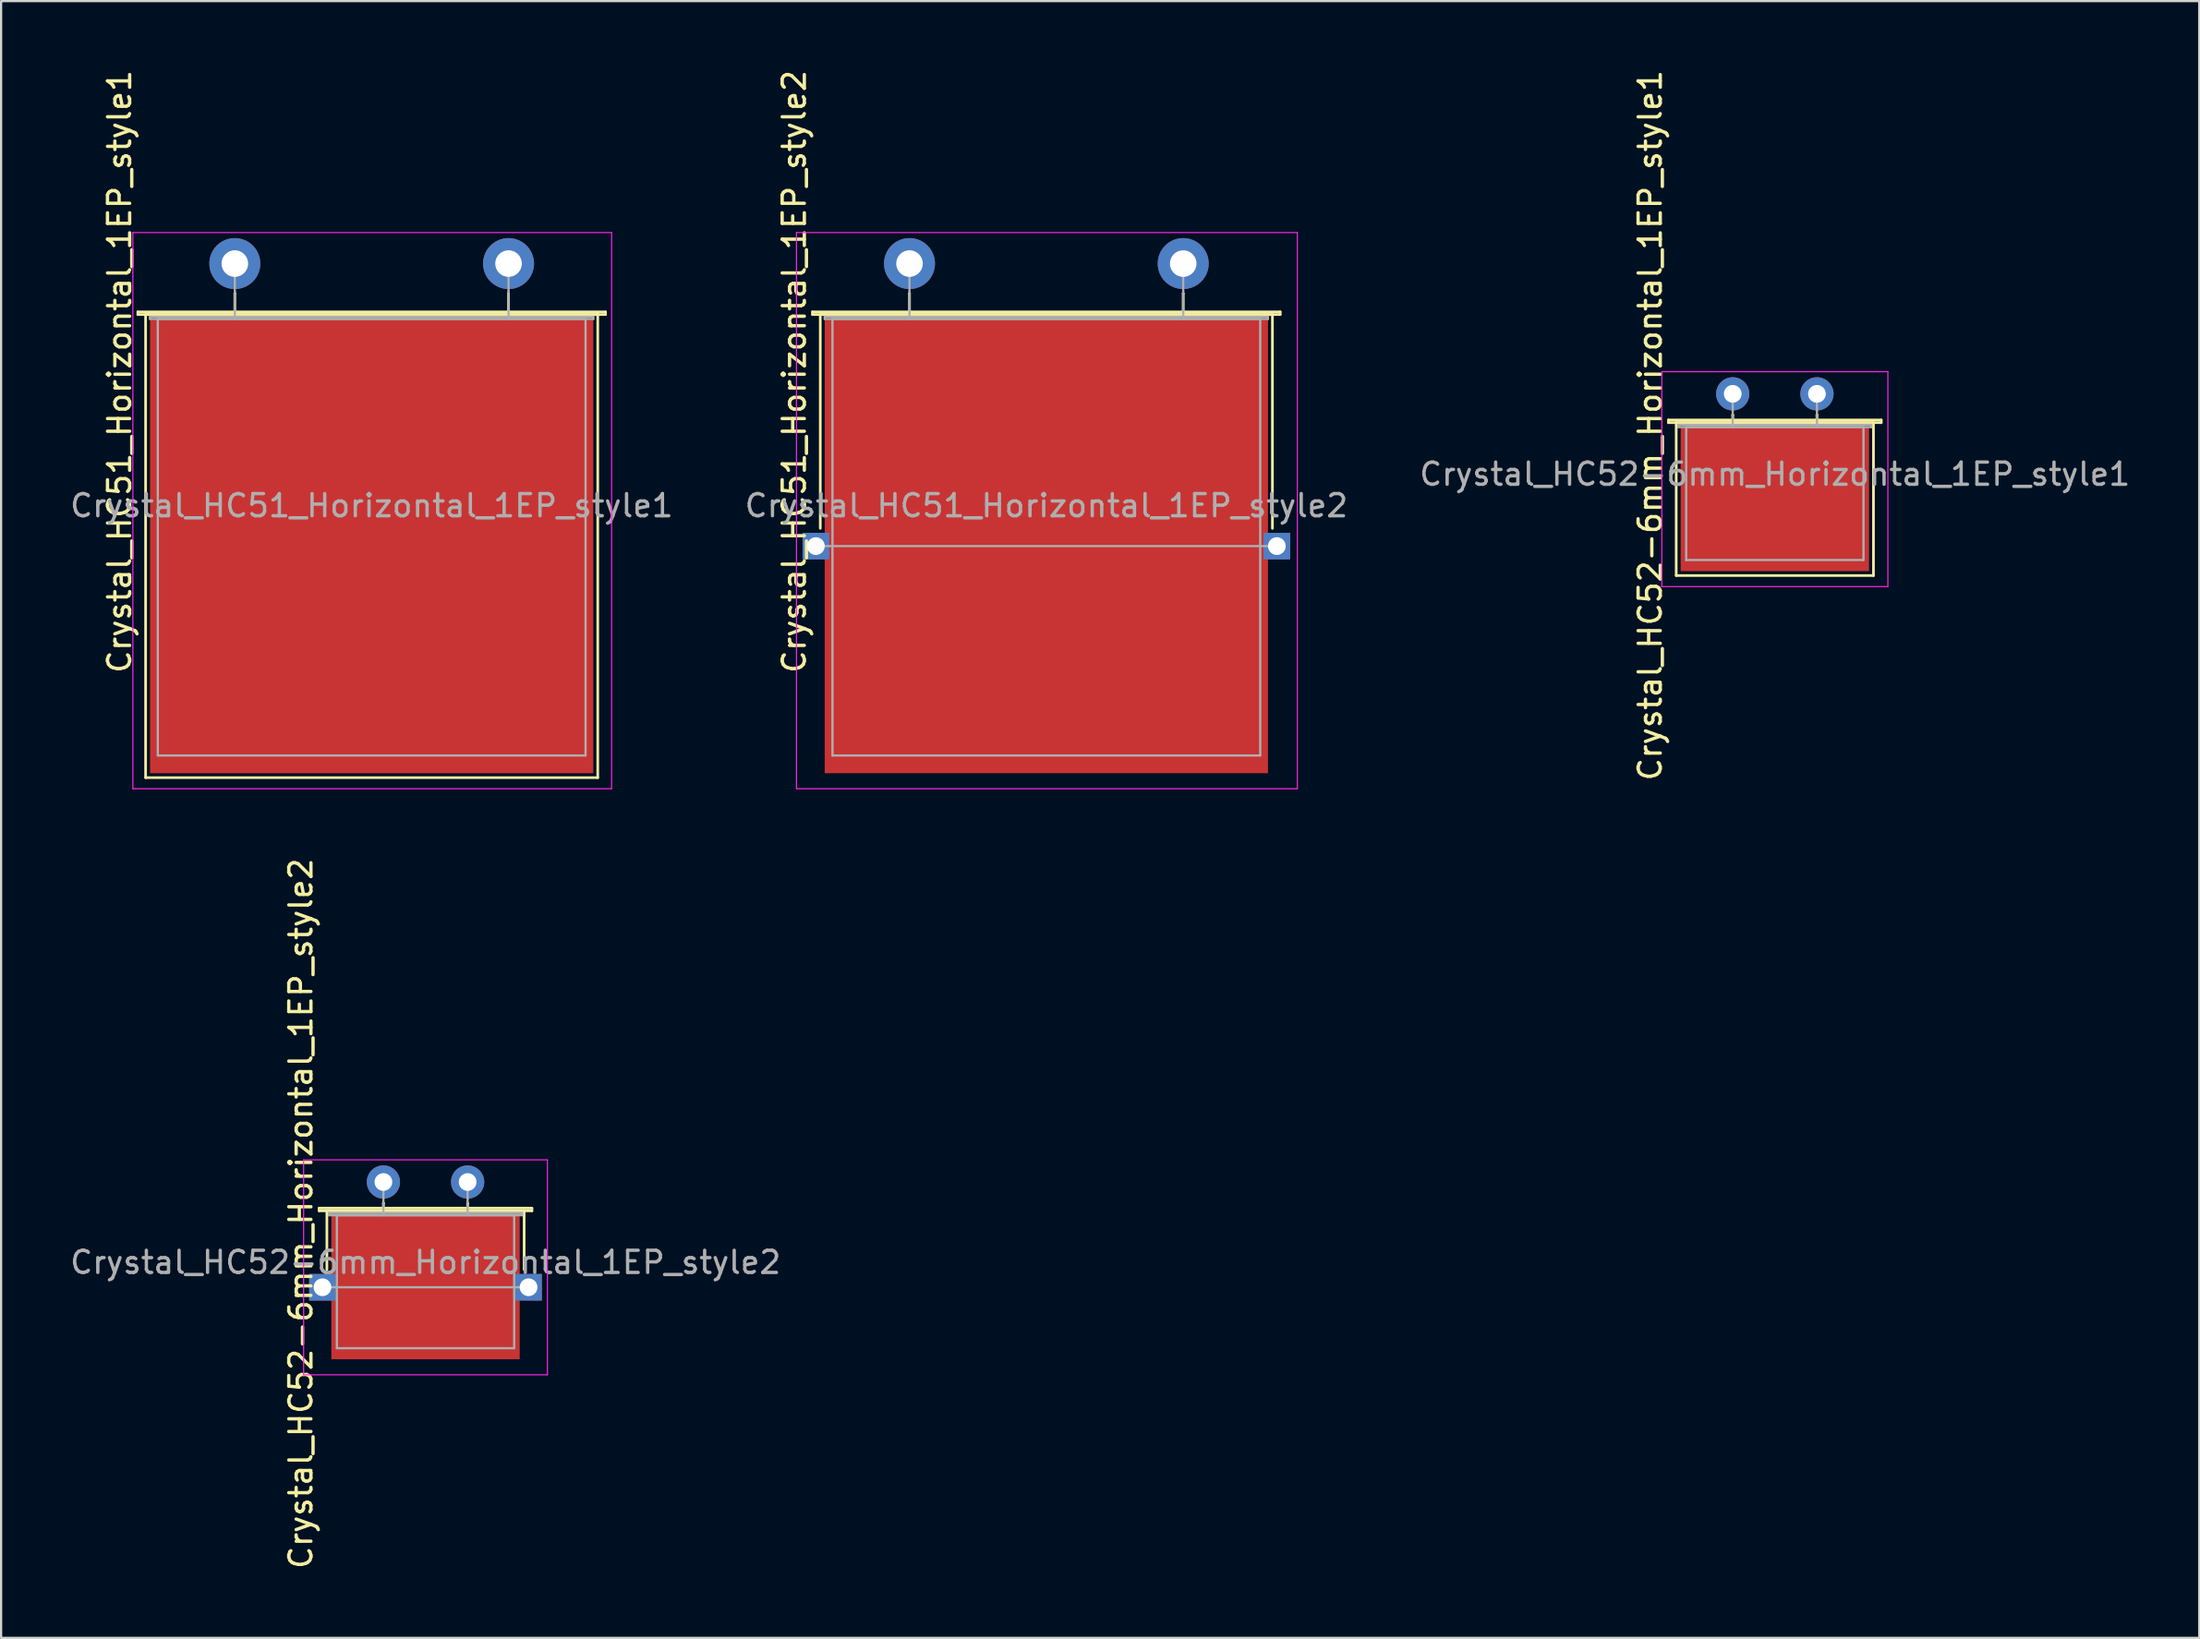
<source format=kicad_pcb>
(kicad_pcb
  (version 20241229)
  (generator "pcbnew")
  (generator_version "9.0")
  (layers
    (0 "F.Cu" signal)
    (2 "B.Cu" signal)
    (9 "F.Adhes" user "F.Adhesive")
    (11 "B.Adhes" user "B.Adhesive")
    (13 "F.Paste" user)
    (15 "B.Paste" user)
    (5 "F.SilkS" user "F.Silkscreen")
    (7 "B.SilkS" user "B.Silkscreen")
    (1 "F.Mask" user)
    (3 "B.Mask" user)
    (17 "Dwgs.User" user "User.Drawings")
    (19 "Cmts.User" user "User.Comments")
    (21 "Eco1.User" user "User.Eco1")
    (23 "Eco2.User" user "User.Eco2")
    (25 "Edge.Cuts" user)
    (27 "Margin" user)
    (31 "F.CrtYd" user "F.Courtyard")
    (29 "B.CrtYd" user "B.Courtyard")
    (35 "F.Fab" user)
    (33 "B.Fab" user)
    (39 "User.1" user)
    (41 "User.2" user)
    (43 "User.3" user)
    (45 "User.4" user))
  (footprint "Crystal_HC51_Horizontal_1EP_style2"
    (layer "F.Cu")
    (at 37.986 8.845)
    (property "Reference" "Crystal_HC51_Horizontal_1EP_style2" (at -5.2 4.875 90) (layer "F.SilkS") (effects (font (size 1 1) (thickness 0.15))))
    (attr through_hole)
    (fp_line (start -4.375 2.18) (end 16.725 2.18) (stroke (width 0.12) (type solid)) (layer "F.SilkS"))
    (fp_line (start -4.375 2.3) (end -4.375 2.18) (stroke (width 0.12) (type solid)) (layer "F.SilkS"))
    (fp_line (start -4.025 2.3) (end 16.375 2.3) (stroke (width 0.12) (type solid)) (layer "F.SilkS"))
    (fp_line (start -4.025 11.95) (end -4.025 2.3) (stroke (width 0.12) (type solid)) (layer "F.SilkS"))
    (fp_line (start 0 1.35) (end 0 1.35) (stroke (width 0.12) (type solid)) (layer "F.SilkS"))
    (fp_line (start 0 2.3) (end 0 1.35) (stroke (width 0.12) (type solid)) (layer "F.SilkS"))
    (fp_line (start 12.35 1.35) (end 12.35 1.35) (stroke (width 0.12) (type solid)) (layer "F.SilkS"))
    (fp_line (start 12.35 2.3) (end 12.35 1.35) (stroke (width 0.12) (type solid)) (layer "F.SilkS"))
    (fp_line (start 16.375 2.3) (end 16.375 11.95) (stroke (width 0.12) (type solid)) (layer "F.SilkS"))
    (fp_line (start 16.725 2.18) (end 16.725 2.3) (stroke (width 0.12) (type solid)) (layer "F.SilkS"))
    (fp_line (start 16.725 2.3) (end -4.375 2.3) (stroke (width 0.12) (type solid)) (layer "F.SilkS"))
    (fp_line (start -5.1 -1.4) (end -5.1 23.7) (stroke (width 0.05) (type solid)) (layer "F.CrtYd"))
    (fp_line (start -5.1 23.7) (end 17.5 23.7) (stroke (width 0.05) (type solid)) (layer "F.CrtYd"))
    (fp_line (start 17.5 -1.4) (end -5.1 -1.4) (stroke (width 0.05) (type solid)) (layer "F.CrtYd"))
    (fp_line (start 17.5 23.7) (end 17.5 -1.4) (stroke (width 0.05) (type solid)) (layer "F.CrtYd"))
    (fp_line (start -4.225 12.75) (end 16.575 12.75) (stroke (width 0.1) (type solid)) (layer "F.Fab"))
    (fp_line (start -3.825 2.4) (end 16.175 2.4) (stroke (width 0.1) (type solid)) (layer "F.Fab"))
    (fp_line (start -3.825 2.5) (end -3.825 2.4) (stroke (width 0.1) (type solid)) (layer "F.Fab"))
    (fp_line (start -3.475 2.5) (end -3.475 22.2) (stroke (width 0.1) (type solid)) (layer "F.Fab"))
    (fp_line (start -3.475 22.2) (end 15.825 22.2) (stroke (width 0.1) (type solid)) (layer "F.Fab"))
    (fp_line (start 0 1.25) (end 0 0) (stroke (width 0.1) (type solid)) (layer "F.Fab"))
    (fp_line (start 0 2.5) (end 0 1.25) (stroke (width 0.1) (type solid)) (layer "F.Fab"))
    (fp_line (start 12.35 1.25) (end 12.35 0) (stroke (width 0.1) (type solid)) (layer "F.Fab"))
    (fp_line (start 12.35 2.5) (end 12.35 1.25) (stroke (width 0.1) (type solid)) (layer "F.Fab"))
    (fp_line (start 15.825 2.5) (end -3.475 2.5) (stroke (width 0.1) (type solid)) (layer "F.Fab"))
    (fp_line (start 15.825 22.2) (end 15.825 2.5) (stroke (width 0.1) (type solid)) (layer "F.Fab"))
    (fp_line (start 16.175 2.4) (end 16.175 2.5) (stroke (width 0.1) (type solid)) (layer "F.Fab"))
    (fp_line (start 16.175 2.5) (end -3.825 2.5) (stroke (width 0.1) (type solid)) (layer "F.Fab"))
    (fp_text user "${REFERENCE}" (at 6.175 10.925 0) (layer "F.Fab") (effects (font (size 1 1) (thickness 0.15))))
    (pad "1" thru_hole circle (at 0 0) (size 2.3 2.3) (drill 1.2) (layers "*.Cu" "*.Mask"))
    (pad "2" thru_hole circle (at 12.35 0) (size 2.3 2.3) (drill 1.2) (layers "*.Cu" "*.Mask"))
    (pad "3" thru_hole rect (at -4.225 12.75) (size 1.2 1.2) (drill 0.8) (layers "*.Cu" "*.Mask"))
    (pad "3" smd rect (at 6.175 12.75) (size 20 20.5) (layers "F.Cu" "F.Mask" "F.Paste"))
    (pad "3" thru_hole rect (at 16.575 12.75) (size 1.2 1.2) (drill 0.8) (layers "*.Cu" "*.Mask")))
  (footprint "Crystal_HC52-6mm_Horizontal_1EP_style1"
    (layer "F.Cu")
    (at 75.13 14.724)
    (property "Reference" "Crystal_HC52-6mm_Horizontal_1EP_style1" (at -3.725 1.425 90) (layer "F.SilkS") (effects (font (size 1 1) (thickness 0.15))))
    (attr through_hole)
    (fp_line (start -2.9 1.18) (end 6.7 1.18) (stroke (width 0.12) (type solid)) (layer "F.SilkS"))
    (fp_line (start -2.9 1.3) (end -2.9 1.18) (stroke (width 0.12) (type solid)) (layer "F.SilkS"))
    (fp_line (start -2.55 1.3) (end -2.55 8.2) (stroke (width 0.12) (type solid)) (layer "F.SilkS"))
    (fp_line (start -2.55 8.2) (end 6.35 8.2) (stroke (width 0.12) (type solid)) (layer "F.SilkS"))
    (fp_line (start 0 0.95) (end 0 0.95) (stroke (width 0.12) (type solid)) (layer "F.SilkS"))
    (fp_line (start 0 1.3) (end 0 0.95) (stroke (width 0.12) (type solid)) (layer "F.SilkS"))
    (fp_line (start 3.8 0.95) (end 3.8 0.95) (stroke (width 0.12) (type solid)) (layer "F.SilkS"))
    (fp_line (start 3.8 1.3) (end 3.8 0.95) (stroke (width 0.12) (type solid)) (layer "F.SilkS"))
    (fp_line (start 6.35 1.3) (end -2.55 1.3) (stroke (width 0.12) (type solid)) (layer "F.SilkS"))
    (fp_line (start 6.35 8.2) (end 6.35 1.3) (stroke (width 0.12) (type solid)) (layer "F.SilkS"))
    (fp_line (start 6.7 1.18) (end 6.7 1.3) (stroke (width 0.12) (type solid)) (layer "F.SilkS"))
    (fp_line (start 6.7 1.3) (end -2.9 1.3) (stroke (width 0.12) (type solid)) (layer "F.SilkS"))
    (fp_line (start -3.2 -1) (end -3.2 8.7) (stroke (width 0.05) (type solid)) (layer "F.CrtYd"))
    (fp_line (start -3.2 8.7) (end 7 8.7) (stroke (width 0.05) (type solid)) (layer "F.CrtYd"))
    (fp_line (start 7 -1) (end -3.2 -1) (stroke (width 0.05) (type solid)) (layer "F.CrtYd"))
    (fp_line (start 7 8.7) (end 7 -1) (stroke (width 0.05) (type solid)) (layer "F.CrtYd"))
    (fp_line (start -2.45 1.4) (end 6.25 1.4) (stroke (width 0.1) (type solid)) (layer "F.Fab"))
    (fp_line (start -2.45 1.5) (end -2.45 1.4) (stroke (width 0.1) (type solid)) (layer "F.Fab"))
    (fp_line (start -2.1 1.5) (end -2.1 7.5) (stroke (width 0.1) (type solid)) (layer "F.Fab"))
    (fp_line (start -2.1 7.5) (end 5.9 7.5) (stroke (width 0.1) (type solid)) (layer "F.Fab"))
    (fp_line (start 0 0.75) (end 0 0) (stroke (width 0.1) (type solid)) (layer "F.Fab"))
    (fp_line (start 0 1.5) (end 0 0.75) (stroke (width 0.1) (type solid)) (layer "F.Fab"))
    (fp_line (start 3.8 0.75) (end 3.8 0) (stroke (width 0.1) (type solid)) (layer "F.Fab"))
    (fp_line (start 3.8 1.5) (end 3.8 0.75) (stroke (width 0.1) (type solid)) (layer "F.Fab"))
    (fp_line (start 5.9 1.5) (end -2.1 1.5) (stroke (width 0.1) (type solid)) (layer "F.Fab"))
    (fp_line (start 5.9 7.5) (end 5.9 1.5) (stroke (width 0.1) (type solid)) (layer "F.Fab"))
    (fp_line (start 6.25 1.4) (end 6.25 1.5) (stroke (width 0.1) (type solid)) (layer "F.Fab"))
    (fp_line (start 6.25 1.5) (end -2.45 1.5) (stroke (width 0.1) (type solid)) (layer "F.Fab"))
    (fp_text user "${REFERENCE}" (at 1.9 3.625 0) (layer "F.Fab") (effects (font (size 1 1) (thickness 0.15))))
    (pad "1" thru_hole circle (at 0 0) (size 1.5 1.5) (drill 0.8) (layers "*.Cu" "*.Mask"))
    (pad "2" thru_hole circle (at 3.8 0) (size 1.5 1.5) (drill 0.8) (layers "*.Cu" "*.Mask"))
    (pad "3" smd rect (at 1.9 4.75) (size 8.5 6.5) (layers "F.Cu" "F.Mask" "F.Paste")))
  (footprint "Crystal_HC51_Horizontal_1EP_style1"
    (layer "F.Cu")
    (at 7.545 8.845)
    (property "Reference" "Crystal_HC51_Horizontal_1EP_style1" (at -5.2 4.875 90) (layer "F.SilkS") (effects (font (size 1 1) (thickness 0.15))))
    (attr through_hole)
    (fp_line (start -4.375 2.18) (end 16.725 2.18) (stroke (width 0.12) (type solid)) (layer "F.SilkS"))
    (fp_line (start -4.375 2.3) (end -4.375 2.18) (stroke (width 0.12) (type solid)) (layer "F.SilkS"))
    (fp_line (start -4.025 2.3) (end -4.025 23.2) (stroke (width 0.12) (type solid)) (layer "F.SilkS"))
    (fp_line (start -4.025 23.2) (end 16.375 23.2) (stroke (width 0.12) (type solid)) (layer "F.SilkS"))
    (fp_line (start 0 1.35) (end 0 1.35) (stroke (width 0.12) (type solid)) (layer "F.SilkS"))
    (fp_line (start 0 2.3) (end 0 1.35) (stroke (width 0.12) (type solid)) (layer "F.SilkS"))
    (fp_line (start 12.35 1.35) (end 12.35 1.35) (stroke (width 0.12) (type solid)) (layer "F.SilkS"))
    (fp_line (start 12.35 2.3) (end 12.35 1.35) (stroke (width 0.12) (type solid)) (layer "F.SilkS"))
    (fp_line (start 16.375 2.3) (end -4.025 2.3) (stroke (width 0.12) (type solid)) (layer "F.SilkS"))
    (fp_line (start 16.375 23.2) (end 16.375 2.3) (stroke (width 0.12) (type solid)) (layer "F.SilkS"))
    (fp_line (start 16.725 2.18) (end 16.725 2.3) (stroke (width 0.12) (type solid)) (layer "F.SilkS"))
    (fp_line (start 16.725 2.3) (end -4.375 2.3) (stroke (width 0.12) (type solid)) (layer "F.SilkS"))
    (fp_line (start -4.6 -1.4) (end -4.6 23.7) (stroke (width 0.05) (type solid)) (layer "F.CrtYd"))
    (fp_line (start -4.6 23.7) (end 17 23.7) (stroke (width 0.05) (type solid)) (layer "F.CrtYd"))
    (fp_line (start 17 -1.4) (end -4.6 -1.4) (stroke (width 0.05) (type solid)) (layer "F.CrtYd"))
    (fp_line (start 17 23.7) (end 17 -1.4) (stroke (width 0.05) (type solid)) (layer "F.CrtYd"))
    (fp_line (start -3.825 2.4) (end 16.175 2.4) (stroke (width 0.1) (type solid)) (layer "F.Fab"))
    (fp_line (start -3.825 2.5) (end -3.825 2.4) (stroke (width 0.1) (type solid)) (layer "F.Fab"))
    (fp_line (start -3.475 2.5) (end -3.475 22.2) (stroke (width 0.1) (type solid)) (layer "F.Fab"))
    (fp_line (start -3.475 22.2) (end 15.825 22.2) (stroke (width 0.1) (type solid)) (layer "F.Fab"))
    (fp_line (start 0 1.25) (end 0 0) (stroke (width 0.1) (type solid)) (layer "F.Fab"))
    (fp_line (start 0 2.5) (end 0 1.25) (stroke (width 0.1) (type solid)) (layer "F.Fab"))
    (fp_line (start 12.35 1.25) (end 12.35 0) (stroke (width 0.1) (type solid)) (layer "F.Fab"))
    (fp_line (start 12.35 2.5) (end 12.35 1.25) (stroke (width 0.1) (type solid)) (layer "F.Fab"))
    (fp_line (start 15.825 2.5) (end -3.475 2.5) (stroke (width 0.1) (type solid)) (layer "F.Fab"))
    (fp_line (start 15.825 22.2) (end 15.825 2.5) (stroke (width 0.1) (type solid)) (layer "F.Fab"))
    (fp_line (start 16.175 2.4) (end 16.175 2.5) (stroke (width 0.1) (type solid)) (layer "F.Fab"))
    (fp_line (start 16.175 2.5) (end -3.825 2.5) (stroke (width 0.1) (type solid)) (layer "F.Fab"))
    (fp_text user "${REFERENCE}" (at 6.175 10.925 0) (layer "F.Fab") (effects (font (size 1 1) (thickness 0.15))))
    (pad "1" thru_hole circle (at 0 0) (size 2.3 2.3) (drill 1.2) (layers "*.Cu" "*.Mask"))
    (pad "2" thru_hole circle (at 12.35 0) (size 2.3 2.3) (drill 1.2) (layers "*.Cu" "*.Mask"))
    (pad "3" smd rect (at 6.175 12.75) (size 20 20.5) (layers "F.Cu" "F.Mask" "F.Paste")))
  (footprint "Crystal_HC52-6mm_Horizontal_1EP_style2"
    (layer "F.Cu")
    (at 14.249 50.294)
    (property "Reference" "Crystal_HC52-6mm_Horizontal_1EP_style2" (at -3.725 1.425 90) (layer "F.SilkS") (effects (font (size 1 1) (thickness 0.15))))
    (attr through_hole)
    (fp_line (start -2.9 1.18) (end 6.7 1.18) (stroke (width 0.12) (type solid)) (layer "F.SilkS"))
    (fp_line (start -2.9 1.3) (end -2.9 1.18) (stroke (width 0.12) (type solid)) (layer "F.SilkS"))
    (fp_line (start -2.55 1.3) (end 6.35 1.3) (stroke (width 0.12) (type solid)) (layer "F.SilkS"))
    (fp_line (start -2.55 3.95) (end -2.55 1.3) (stroke (width 0.12) (type solid)) (layer "F.SilkS"))
    (fp_line (start 0 0.95) (end 0 0.95) (stroke (width 0.12) (type solid)) (layer "F.SilkS"))
    (fp_line (start 0 1.3) (end 0 0.95) (stroke (width 0.12) (type solid)) (layer "F.SilkS"))
    (fp_line (start 3.8 0.95) (end 3.8 0.95) (stroke (width 0.12) (type solid)) (layer "F.SilkS"))
    (fp_line (start 3.8 1.3) (end 3.8 0.95) (stroke (width 0.12) (type solid)) (layer "F.SilkS"))
    (fp_line (start 6.35 1.3) (end 6.35 3.95) (stroke (width 0.12) (type solid)) (layer "F.SilkS"))
    (fp_line (start 6.7 1.18) (end 6.7 1.3) (stroke (width 0.12) (type solid)) (layer "F.SilkS"))
    (fp_line (start 6.7 1.3) (end -2.9 1.3) (stroke (width 0.12) (type solid)) (layer "F.SilkS"))
    (fp_line (start -3.6 -1) (end -3.6 8.7) (stroke (width 0.05) (type solid)) (layer "F.CrtYd"))
    (fp_line (start -3.6 8.7) (end 7.4 8.7) (stroke (width 0.05) (type solid)) (layer "F.CrtYd"))
    (fp_line (start 7.4 -1) (end -3.6 -1) (stroke (width 0.05) (type solid)) (layer "F.CrtYd"))
    (fp_line (start 7.4 8.7) (end 7.4 -1) (stroke (width 0.05) (type solid)) (layer "F.CrtYd"))
    (fp_line (start -2.75 4.75) (end 6.55 4.75) (stroke (width 0.1) (type solid)) (layer "F.Fab"))
    (fp_line (start -2.45 1.4) (end 6.25 1.4) (stroke (width 0.1) (type solid)) (layer "F.Fab"))
    (fp_line (start -2.45 1.5) (end -2.45 1.4) (stroke (width 0.1) (type solid)) (layer "F.Fab"))
    (fp_line (start -2.1 1.5) (end -2.1 7.5) (stroke (width 0.1) (type solid)) (layer "F.Fab"))
    (fp_line (start -2.1 7.5) (end 5.9 7.5) (stroke (width 0.1) (type solid)) (layer "F.Fab"))
    (fp_line (start 0 0.75) (end 0 0) (stroke (width 0.1) (type solid)) (layer "F.Fab"))
    (fp_line (start 0 1.5) (end 0 0.75) (stroke (width 0.1) (type solid)) (layer "F.Fab"))
    (fp_line (start 3.8 0.75) (end 3.8 0) (stroke (width 0.1) (type solid)) (layer "F.Fab"))
    (fp_line (start 3.8 1.5) (end 3.8 0.75) (stroke (width 0.1) (type solid)) (layer "F.Fab"))
    (fp_line (start 5.9 1.5) (end -2.1 1.5) (stroke (width 0.1) (type solid)) (layer "F.Fab"))
    (fp_line (start 5.9 7.5) (end 5.9 1.5) (stroke (width 0.1) (type solid)) (layer "F.Fab"))
    (fp_line (start 6.25 1.4) (end 6.25 1.5) (stroke (width 0.1) (type solid)) (layer "F.Fab"))
    (fp_line (start 6.25 1.5) (end -2.45 1.5) (stroke (width 0.1) (type solid)) (layer "F.Fab"))
    (fp_text user "${REFERENCE}" (at 1.9 3.625 0) (layer "F.Fab") (effects (font (size 1 1) (thickness 0.15))))
    (pad "1" thru_hole circle (at 0 0) (size 1.5 1.5) (drill 0.8) (layers "*.Cu" "*.Mask"))
    (pad "2" thru_hole circle (at 3.8 0) (size 1.5 1.5) (drill 0.8) (layers "*.Cu" "*.Mask"))
    (pad "3" thru_hole rect (at -2.75 4.75) (size 1.2 1.2) (drill 0.8) (layers "*.Cu" "*.Mask"))
    (pad "3" smd rect (at 1.9 4.75) (size 8.5 6.5) (layers "F.Cu" "F.Mask" "F.Paste"))
    (pad "3" thru_hole rect (at 6.55 4.75) (size 1.2 1.2) (drill 0.8) (layers "*.Cu" "*.Mask")))
  (gr_rect
    (start -3 -3)
    (end 96.179 70.868)
    (stroke (width 0.1) (type default))
    (fill no)
    (layer "Edge.Cuts")))
</source>
